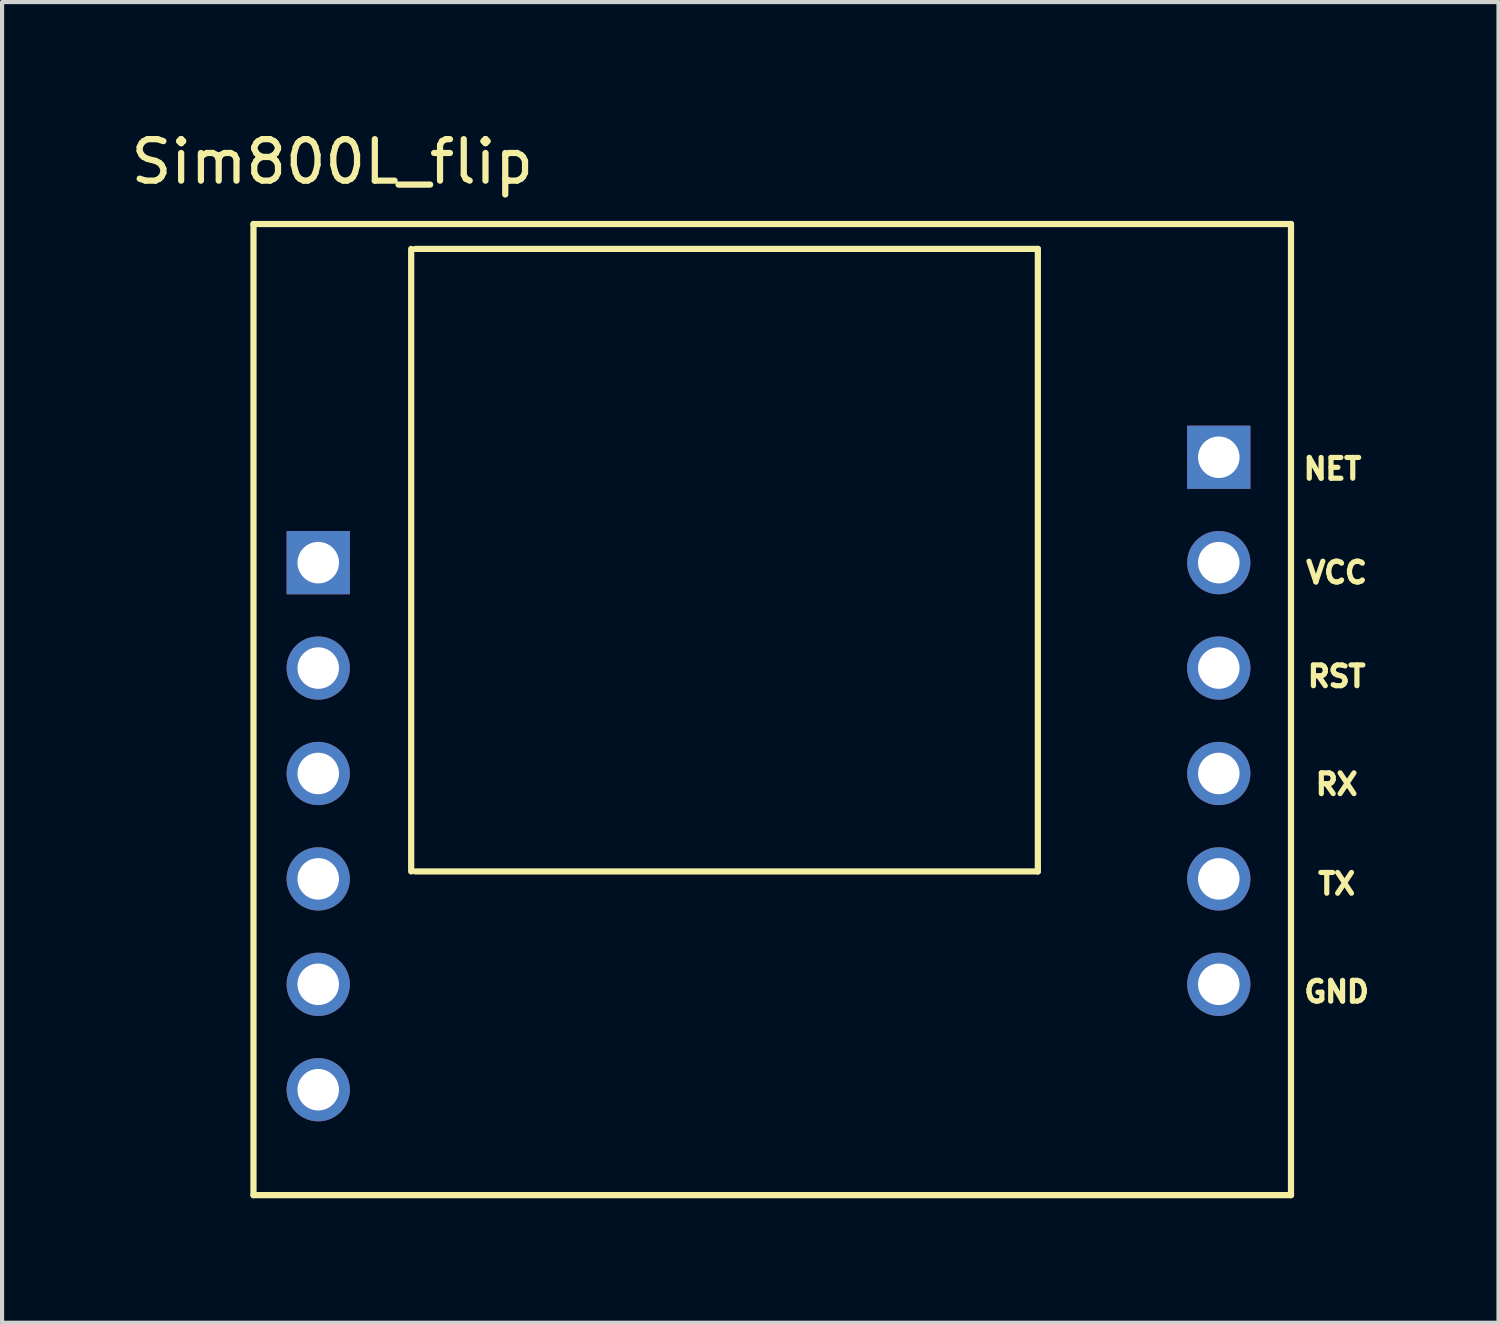
<source format=kicad_pcb>
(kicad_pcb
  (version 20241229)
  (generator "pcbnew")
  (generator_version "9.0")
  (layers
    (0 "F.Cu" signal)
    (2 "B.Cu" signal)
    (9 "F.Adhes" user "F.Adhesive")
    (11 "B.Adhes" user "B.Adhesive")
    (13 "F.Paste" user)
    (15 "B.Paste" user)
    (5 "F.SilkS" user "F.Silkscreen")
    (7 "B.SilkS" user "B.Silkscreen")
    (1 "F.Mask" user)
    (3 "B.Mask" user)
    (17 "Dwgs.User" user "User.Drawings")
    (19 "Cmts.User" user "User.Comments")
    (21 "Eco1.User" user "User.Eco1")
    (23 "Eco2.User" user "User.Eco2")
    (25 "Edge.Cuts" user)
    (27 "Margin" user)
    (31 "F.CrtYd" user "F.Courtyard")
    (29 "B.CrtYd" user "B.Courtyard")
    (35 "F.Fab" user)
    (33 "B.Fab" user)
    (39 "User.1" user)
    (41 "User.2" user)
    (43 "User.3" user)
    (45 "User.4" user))
  (footprint "Sim800L_flip"
    (layer "F.Cu")
    (at 6.958 2.348)
    (property "Reference" "Sim800L_flip" (at -2 -1.5 0) (layer "F.SilkS") (effects (font (size 1 1) (thickness 0.15))))
    (attr through_hole)
    (fp_line (start -3.9 0) (end 21.1 0) (stroke (width 0.15) (type solid)) (layer "F.SilkS"))
    (fp_line (start -3.9 23.4) (end -3.9 0) (stroke (width 0.15) (type solid)) (layer "F.SilkS"))
    (fp_line (start -0.1 15.6) (end -0.1 0.6) (stroke (width 0.15) (type solid)) (layer "F.SilkS"))
    (fp_line (start 0 0.6) (end 15 0.6) (stroke (width 0.15) (type solid)) (layer "F.SilkS"))
    (fp_line (start 15 0.6) (end 15 15.6) (stroke (width 0.15) (type solid)) (layer "F.SilkS"))
    (fp_line (start 15 15.6) (end 0 15.6) (stroke (width 0.15) (type solid)) (layer "F.SilkS"))
    (fp_line (start 21.1 0) (end 21.1 23.4) (stroke (width 0.15) (type solid)) (layer "F.SilkS"))
    (fp_line (start 21.1 23.4) (end -3.9 23.4) (stroke (width 0.15) (type solid)) (layer "F.SilkS"))
    (fp_text user "RX" (at 22.2 13.5 0) (layer "F.SilkS") (effects (font (size 0.5 0.5) (thickness 0.125))))
    (fp_text user "NET" (at 22.1 5.9 0) (layer "F.SilkS") (effects (font (size 0.5 0.5) (thickness 0.125))))
    (fp_text user "RST" (at 22.2 10.9 0) (layer "F.SilkS") (effects (font (size 0.5 0.5) (thickness 0.125))))
    (fp_text user "VCC" (at 22.2 8.4 0) (layer "F.SilkS") (effects (font (size 0.5 0.5) (thickness 0.125))))
    (fp_text user "GND" (at 22.2 18.5 0) (layer "F.SilkS") (effects (font (size 0.5 0.5) (thickness 0.125))))
    (fp_text user "TX" (at 22.2 15.9 0) (layer "F.SilkS") (effects (font (size 0.5 0.5) (thickness 0.125))))
    (pad "1" thru_hole rect (at 19.36 5.62 180) (size 1.524 1.524) (drill 1) (layers "*.Cu" "*.Mask"))
    (pad "2" thru_hole circle (at 19.36 8.16 180) (size 1.524 1.524) (drill 1) (layers "*.Cu" "*.Mask"))
    (pad "3" thru_hole circle (at 19.36 10.7 180) (size 1.524 1.524) (drill 1) (layers "*.Cu" "*.Mask"))
    (pad "4" thru_hole circle (at 19.36 13.24 180) (size 1.524 1.524) (drill 1) (layers "*.Cu" "*.Mask"))
    (pad "5" thru_hole circle (at 19.36 15.78 180) (size 1.524 1.524) (drill 1) (layers "*.Cu" "*.Mask"))
    (pad "6" thru_hole circle (at 19.36 18.32 180) (size 1.524 1.524) (drill 1) (layers "*.Cu" "*.Mask"))
    (pad "7" thru_hole rect (at -2.34 8.16 180) (size 1.524 1.524) (drill 1) (layers "*.Cu" "*.Mask"))
    (pad "8" thru_hole circle (at -2.34 10.7 180) (size 1.524 1.524) (drill 1) (layers "*.Cu" "*.Mask"))
    (pad "9" thru_hole circle (at -2.34 13.24 180) (size 1.524 1.524) (drill 1) (layers "*.Cu" "*.Mask"))
    (pad "10" thru_hole circle (at -2.34 15.78 180) (size 1.524 1.524) (drill 1) (layers "*.Cu" "*.Mask"))
    (pad "11" thru_hole circle (at -2.34 18.32 180) (size 1.524 1.524) (drill 1) (layers "*.Cu" "*.Mask"))
    (pad "12" thru_hole circle (at -2.34 20.86 180) (size 1.524 1.524) (drill 1) (layers "*.Cu" "*.Mask")))
  (gr_rect
    (start -3 -3)
    (end 33.058 28.823)
    (stroke (width 0.1) (type default))
    (fill no)
    (layer "Edge.Cuts")))
</source>
